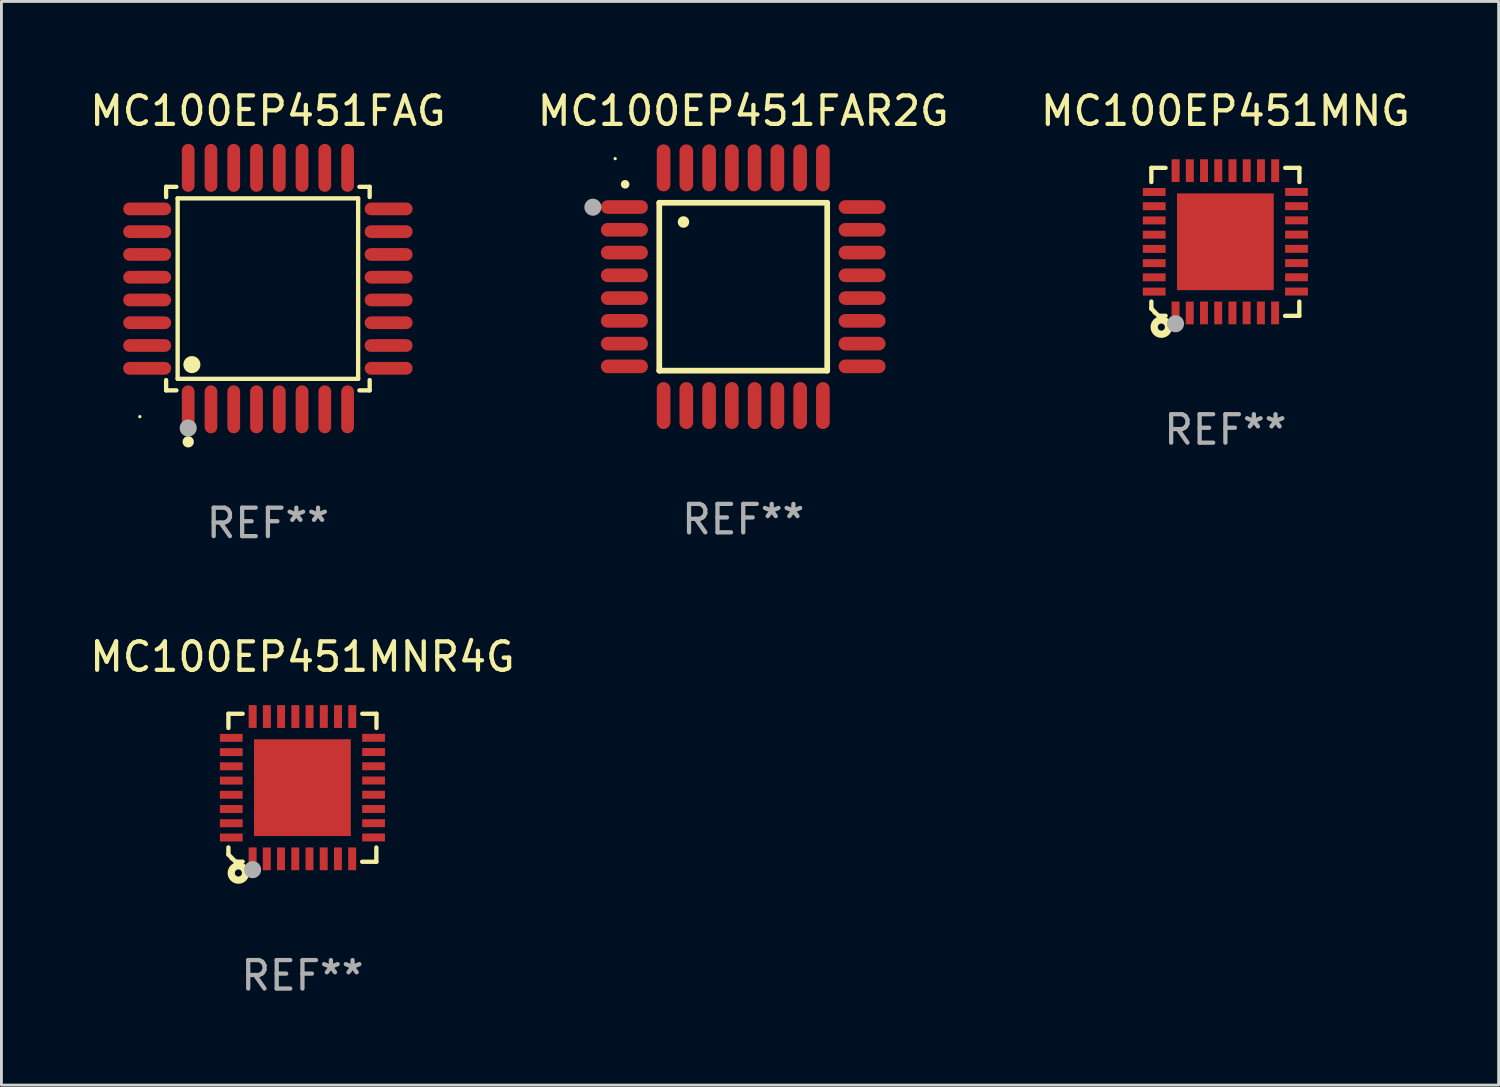
<source format=kicad_pcb>
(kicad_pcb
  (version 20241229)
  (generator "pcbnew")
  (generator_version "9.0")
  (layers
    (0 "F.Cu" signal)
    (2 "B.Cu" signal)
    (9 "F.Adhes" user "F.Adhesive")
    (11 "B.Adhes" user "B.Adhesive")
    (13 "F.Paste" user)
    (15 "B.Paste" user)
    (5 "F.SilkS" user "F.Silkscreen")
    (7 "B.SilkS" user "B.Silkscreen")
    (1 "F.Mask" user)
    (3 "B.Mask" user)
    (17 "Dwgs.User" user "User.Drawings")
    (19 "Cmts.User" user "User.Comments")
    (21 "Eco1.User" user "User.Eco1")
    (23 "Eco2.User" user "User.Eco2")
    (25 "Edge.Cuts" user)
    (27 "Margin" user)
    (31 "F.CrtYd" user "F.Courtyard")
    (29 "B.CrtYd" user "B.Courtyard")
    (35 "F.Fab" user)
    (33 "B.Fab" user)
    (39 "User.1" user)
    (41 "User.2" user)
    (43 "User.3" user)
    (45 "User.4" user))
  (footprint "MC100EP451MNR4G"
    (layer "F.Cu")
    (at 7.577 24.629)
    (property "Reference" "MC100EP451MNR4G" (at 0 -4.6 0) (layer "F.SilkS") (effects (font (size 1 1) (thickness 0.15))))
    (attr through_hole)
    (fp_line (start -2.601 2.097) (end -2.601 2.347) (stroke (width 0.152) (type solid)) (layer "F.SilkS"))
    (fp_line (start -2.601 2.347) (end -2.351 2.597) (stroke (width 0.152) (type solid)) (layer "F.SilkS"))
    (fp_line (start -2.601 -2.6) (end -2.601 -2.1) (stroke (width 0.152) (type solid)) (layer "F.SilkS"))
    (fp_line (start -2.601 -2.6) (end -2.101 -2.6) (stroke (width 0.152) (type solid)) (layer "F.SilkS"))
    (fp_line (start -2.351 2.597) (end -2.101 2.597) (stroke (width 0.152) (type solid)) (layer "F.SilkS"))
    (fp_line (start 2.597 2.6) (end 2.097 2.6) (stroke (width 0.152) (type solid)) (layer "F.SilkS"))
    (fp_line (start 2.597 2.6) (end 2.597 2.1) (stroke (width 0.152) (type solid)) (layer "F.SilkS"))
    (fp_line (start 2.601 -2.6) (end 2.101 -2.6) (stroke (width 0.152) (type solid)) (layer "F.SilkS"))
    (fp_line (start 2.601 -2.6) (end 2.601 -2.1) (stroke (width 0.152) (type solid)) (layer "F.SilkS"))
    (fp_circle (center -2.501 2.497) (end -2.471 2.497) (stroke (width 0.06) (type solid)) (fill no) (layer "F.SilkS"))
    (fp_circle (center -2.25 2.995) (end -2.125 2.995) (stroke (width 0.254) (type solid)) (fill no) (layer "F.SilkS"))
    (fp_circle (center -1.751 2.878) (end -1.601 2.878) (stroke (width 0.3) (type solid)) (fill no) (layer "F.Fab"))
    (fp_text user "REF**" (at 0 6.6 0) (layer "F.Fab") (effects (font (size 1 1) (thickness 0.15))))
    (pad "1" smd rect (at -1.751 2.497) (size 0.28 0.8) (layers "F.Cu" "F.Mask" "F.Paste"))
    (pad "2" smd rect (at -1.253 2.497) (size 0.28 0.8) (layers "F.Cu" "F.Mask" "F.Paste"))
    (pad "3" smd rect (at -0.753 2.497) (size 0.28 0.8) (layers "F.Cu" "F.Mask" "F.Paste"))
    (pad "4" smd rect (at -0.253 2.497) (size 0.28 0.8) (layers "F.Cu" "F.Mask" "F.Paste"))
    (pad "5" smd rect (at 0.247 2.497) (size 0.28 0.8) (layers "F.Cu" "F.Mask" "F.Paste"))
    (pad "6" smd rect (at 0.747 2.497) (size 0.28 0.8) (layers "F.Cu" "F.Mask" "F.Paste"))
    (pad "7" smd rect (at 1.247 2.497) (size 0.28 0.8) (layers "F.Cu" "F.Mask" "F.Paste"))
    (pad "8" smd rect (at 1.747 2.497) (size 0.28 0.8) (layers "F.Cu" "F.Mask" "F.Paste"))
    (pad "9" smd rect (at 2.499 1.746) (size 0.8 0.28) (layers "F.Cu" "F.Mask" "F.Paste"))
    (pad "10" smd rect (at 2.499 1.245) (size 0.8 0.28) (layers "F.Cu" "F.Mask" "F.Paste"))
    (pad "11" smd rect (at 2.499 0.746) (size 0.8 0.28) (layers "F.Cu" "F.Mask" "F.Paste"))
    (pad "12" smd rect (at 2.499 0.245) (size 0.8 0.28) (layers "F.Cu" "F.Mask" "F.Paste"))
    (pad "13" smd rect (at 2.499 -0.254) (size 0.8 0.28) (layers "F.Cu" "F.Mask" "F.Paste"))
    (pad "14" smd rect (at 2.499 -0.755) (size 0.8 0.28) (layers "F.Cu" "F.Mask" "F.Paste"))
    (pad "15" smd rect (at 2.499 -1.254) (size 0.8 0.28) (layers "F.Cu" "F.Mask" "F.Paste"))
    (pad "16" smd rect (at 2.499 -1.755) (size 0.8 0.28) (layers "F.Cu" "F.Mask" "F.Paste"))
    (pad "17" smd rect (at 1.75 -2.502) (size 0.28 0.8) (layers "F.Cu" "F.Mask" "F.Paste"))
    (pad "18" smd rect (at 1.25 -2.502) (size 0.28 0.8) (layers "F.Cu" "F.Mask" "F.Paste"))
    (pad "19" smd rect (at 0.75 -2.502) (size 0.28 0.8) (layers "F.Cu" "F.Mask" "F.Paste"))
    (pad "20" smd rect (at 0.25 -2.502) (size 0.28 0.8) (layers "F.Cu" "F.Mask" "F.Paste"))
    (pad "21" smd rect (at -0.25 -2.502) (size 0.28 0.8) (layers "F.Cu" "F.Mask" "F.Paste"))
    (pad "22" smd rect (at -0.75 -2.502) (size 0.28 0.8) (layers "F.Cu" "F.Mask" "F.Paste"))
    (pad "23" smd rect (at -1.25 -2.502) (size 0.28 0.8) (layers "F.Cu" "F.Mask" "F.Paste"))
    (pad "24" smd rect (at -1.75 -2.502) (size 0.28 0.8) (layers "F.Cu" "F.Mask" "F.Paste"))
    (pad "25" smd rect (at -2.501 -1.753) (size 0.8 0.28) (layers "F.Cu" "F.Mask" "F.Paste"))
    (pad "26" smd rect (at -2.501 -1.252) (size 0.8 0.28) (layers "F.Cu" "F.Mask" "F.Paste"))
    (pad "27" smd rect (at -2.501 -0.753) (size 0.8 0.28) (layers "F.Cu" "F.Mask" "F.Paste"))
    (pad "28" smd rect (at -2.501 -0.252) (size 0.8 0.28) (layers "F.Cu" "F.Mask" "F.Paste"))
    (pad "29" smd rect (at -2.501 0.247) (size 0.8 0.28) (layers "F.Cu" "F.Mask" "F.Paste"))
    (pad "30" smd rect (at -2.501 0.748) (size 0.8 0.28) (layers "F.Cu" "F.Mask" "F.Paste"))
    (pad "31" smd rect (at -2.501 1.247) (size 0.8 0.28) (layers "F.Cu" "F.Mask" "F.Paste"))
    (pad "32" smd rect (at -2.501 1.748) (size 0.8 0.28) (layers "F.Cu" "F.Mask" "F.Paste"))
    (pad "33" smd rect (at -0.001 -0.003 180) (size 3.4 3.4) (layers "F.Cu" "F.Mask" "F.Paste")))
  (footprint "MC100EP451FAG"
    (layer "F.Cu")
    (at 6.363 7.09)
    (property "Reference" "MC100EP451FAG" (at 0 -6.242 0) (layer "F.SilkS") (effects (font (size 1 1) (thickness 0.15))))
    (attr through_hole)
    (fp_line (start -3.576 -3.576) (end -3.215 -3.576) (stroke (width 0.152) (type solid)) (layer "F.SilkS"))
    (fp_line (start -3.576 -3.215) (end -3.576 -3.576) (stroke (width 0.152) (type solid)) (layer "F.SilkS"))
    (fp_line (start -3.576 3.215) (end -3.576 3.576) (stroke (width 0.152) (type solid)) (layer "F.SilkS"))
    (fp_line (start -3.576 3.576) (end -3.215 3.576) (stroke (width 0.152) (type solid)) (layer "F.SilkS"))
    (fp_line (start -3.171 -3.171) (end 3.171 -3.171) (stroke (width 0.152) (type solid)) (layer "F.SilkS"))
    (fp_line (start -3.171 3.171) (end -3.171 -3.171) (stroke (width 0.152) (type solid)) (layer "F.SilkS"))
    (fp_line (start 3.171 -3.171) (end 3.171 3.171) (stroke (width 0.152) (type solid)) (layer "F.SilkS"))
    (fp_line (start 3.171 3.171) (end -3.171 3.171) (stroke (width 0.152) (type solid)) (layer "F.SilkS"))
    (fp_line (start 3.576 -3.576) (end 3.215 -3.576) (stroke (width 0.152) (type solid)) (layer "F.SilkS"))
    (fp_line (start 3.576 -3.215) (end 3.576 -3.576) (stroke (width 0.152) (type solid)) (layer "F.SilkS"))
    (fp_line (start 3.576 3.215) (end 3.576 3.576) (stroke (width 0.152) (type solid)) (layer "F.SilkS"))
    (fp_line (start 3.576 3.576) (end 3.215 3.576) (stroke (width 0.152) (type solid)) (layer "F.SilkS"))
    (fp_circle (center -4.5 4.5) (end -4.47 4.5) (stroke (width 0.06) (type solid)) (fill no) (layer "F.SilkS"))
    (fp_circle (center -2.8 5.384) (end -2.7 5.384) (stroke (width 0.2) (type solid)) (fill no) (layer "F.SilkS"))
    (fp_circle (center -2.671 2.671) (end -2.521 2.671) (stroke (width 0.3) (type solid)) (fill no) (layer "F.SilkS"))
    (fp_circle (center -2.8 4.9) (end -2.65 4.9) (stroke (width 0.3) (type solid)) (fill no) (layer "F.Fab"))
    (fp_text user "REF**" (at 0 8.242 0) (layer "F.Fab") (effects (font (size 1 1) (thickness 0.15))))
    (pad "1" smd oval (at -2.8 4.242) (size 0.448 1.684) (layers "F.Cu" "F.Mask" "F.Paste"))
    (pad "2" smd oval (at -2 4.242) (size 0.448 1.684) (layers "F.Cu" "F.Mask" "F.Paste"))
    (pad "3" smd oval (at -1.2 4.242) (size 0.448 1.684) (layers "F.Cu" "F.Mask" "F.Paste"))
    (pad "4" smd oval (at -0.4 4.242) (size 0.448 1.684) (layers "F.Cu" "F.Mask" "F.Paste"))
    (pad "5" smd oval (at 0.4 4.242) (size 0.448 1.684) (layers "F.Cu" "F.Mask" "F.Paste"))
    (pad "6" smd oval (at 1.2 4.242) (size 0.448 1.684) (layers "F.Cu" "F.Mask" "F.Paste"))
    (pad "7" smd oval (at 2 4.242) (size 0.448 1.684) (layers "F.Cu" "F.Mask" "F.Paste"))
    (pad "8" smd oval (at 2.8 4.242) (size 0.448 1.684) (layers "F.Cu" "F.Mask" "F.Paste"))
    (pad "9" smd oval (at 4.242 2.8) (size 1.684 0.448) (layers "F.Cu" "F.Mask" "F.Paste"))
    (pad "10" smd oval (at 4.242 2) (size 1.684 0.448) (layers "F.Cu" "F.Mask" "F.Paste"))
    (pad "11" smd oval (at 4.242 1.2) (size 1.684 0.448) (layers "F.Cu" "F.Mask" "F.Paste"))
    (pad "12" smd oval (at 4.242 0.4) (size 1.684 0.448) (layers "F.Cu" "F.Mask" "F.Paste"))
    (pad "13" smd oval (at 4.242 -0.4) (size 1.684 0.448) (layers "F.Cu" "F.Mask" "F.Paste"))
    (pad "14" smd oval (at 4.242 -1.2) (size 1.684 0.448) (layers "F.Cu" "F.Mask" "F.Paste"))
    (pad "15" smd oval (at 4.242 -2) (size 1.684 0.448) (layers "F.Cu" "F.Mask" "F.Paste"))
    (pad "16" smd oval (at 4.242 -2.8) (size 1.684 0.448) (layers "F.Cu" "F.Mask" "F.Paste"))
    (pad "17" smd oval (at 2.8 -4.242) (size 0.448 1.684) (layers "F.Cu" "F.Mask" "F.Paste"))
    (pad "18" smd oval (at 2 -4.242) (size 0.448 1.684) (layers "F.Cu" "F.Mask" "F.Paste"))
    (pad "19" smd oval (at 1.2 -4.242) (size 0.448 1.684) (layers "F.Cu" "F.Mask" "F.Paste"))
    (pad "20" smd oval (at 0.4 -4.242) (size 0.448 1.684) (layers "F.Cu" "F.Mask" "F.Paste"))
    (pad "21" smd oval (at -0.4 -4.242) (size 0.448 1.684) (layers "F.Cu" "F.Mask" "F.Paste"))
    (pad "22" smd oval (at -1.2 -4.242) (size 0.448 1.684) (layers "F.Cu" "F.Mask" "F.Paste"))
    (pad "23" smd oval (at -2 -4.242) (size 0.448 1.684) (layers "F.Cu" "F.Mask" "F.Paste"))
    (pad "24" smd oval (at -2.8 -4.242) (size 0.448 1.684) (layers "F.Cu" "F.Mask" "F.Paste"))
    (pad "25" smd oval (at -4.242 -2.8) (size 1.684 0.448) (layers "F.Cu" "F.Mask" "F.Paste"))
    (pad "26" smd oval (at -4.242 -2) (size 1.684 0.448) (layers "F.Cu" "F.Mask" "F.Paste"))
    (pad "27" smd oval (at -4.242 -1.2) (size 1.684 0.448) (layers "F.Cu" "F.Mask" "F.Paste"))
    (pad "28" smd oval (at -4.242 -0.4) (size 1.684 0.448) (layers "F.Cu" "F.Mask" "F.Paste"))
    (pad "29" smd oval (at -4.242 0.4) (size 1.684 0.448) (layers "F.Cu" "F.Mask" "F.Paste"))
    (pad "30" smd oval (at -4.242 1.2) (size 1.684 0.448) (layers "F.Cu" "F.Mask" "F.Paste"))
    (pad "31" smd oval (at -4.242 2) (size 1.684 0.448) (layers "F.Cu" "F.Mask" "F.Paste"))
    (pad "32" smd oval (at -4.242 2.8) (size 1.684 0.448) (layers "F.Cu" "F.Mask" "F.Paste")))
  (footprint "MC100EP451FAR2G"
    (layer "F.Cu")
    (at 23.065 7.024)
    (property "Reference" "MC100EP451FAR2G" (at 0 -6.176 0) (layer "F.SilkS") (effects (font (size 1 1) (thickness 0.15))))
    (attr through_hole)
    (fp_line (start -2.95 -2.95) (end -2.95 2.95) (stroke (width 0.2) (type solid)) (layer "F.SilkS"))
    (fp_line (start -2.95 2.95) (end 2.95 2.95) (stroke (width 0.2) (type solid)) (layer "F.SilkS"))
    (fp_line (start 2.95 -2.95) (end -2.95 -2.95) (stroke (width 0.2) (type solid)) (layer "F.SilkS"))
    (fp_line (start 2.95 2.95) (end 2.95 -2.95) (stroke (width 0.2) (type solid)) (layer "F.SilkS"))
    (fp_arc (start -4.150178 -3.596622) (mid -4.150183 -3.597892) (end -4.150178 -3.599162) (stroke (width 0.3) (type solid)) (layer "F.SilkS"))
    (fp_arc (start -2.100394 -2.270739) (mid -2.10041 -2.273279) (end -2.100394 -2.275819) (stroke (width 0.4) (type solid)) (layer "F.SilkS"))
    (fp_circle (center -4.5 -4.5) (end -4.47 -4.5) (stroke (width 0.06) (type solid)) (fill no) (layer "F.SilkS"))
    (fp_circle (center -5.283 -2.794) (end -5.133 -2.794) (stroke (width 0.3) (type solid)) (fill no) (layer "F.Fab"))
    (fp_text user "REF**" (at 0 8.176 0) (layer "F.Fab") (effects (font (size 1 1) (thickness 0.15))))
    (pad "1" smd oval (at -4.176 -2.799 90) (size 0.48 1.65) (layers "F.Cu" "F.Mask" "F.Paste"))
    (pad "2" smd oval (at -4.176 -2 90) (size 0.48 1.65) (layers "F.Cu" "F.Mask" "F.Paste"))
    (pad "3" smd oval (at -4.176 -1.2 90) (size 0.48 1.65) (layers "F.Cu" "F.Mask" "F.Paste"))
    (pad "4" smd oval (at -4.176 -0.4 90) (size 0.48 1.65) (layers "F.Cu" "F.Mask" "F.Paste"))
    (pad "5" smd oval (at -4.176 0.4 90) (size 0.48 1.65) (layers "F.Cu" "F.Mask" "F.Paste"))
    (pad "6" smd oval (at -4.176 1.2 90) (size 0.48 1.65) (layers "F.Cu" "F.Mask" "F.Paste"))
    (pad "7" smd oval (at -4.176 2 90) (size 0.48 1.65) (layers "F.Cu" "F.Mask" "F.Paste"))
    (pad "8" smd oval (at -4.176 2.799 90) (size 0.48 1.65) (layers "F.Cu" "F.Mask" "F.Paste"))
    (pad "9" smd oval (at -2.799 4.176) (size 0.48 1.65) (layers "F.Cu" "F.Mask" "F.Paste"))
    (pad "10" smd oval (at -2 4.176) (size 0.48 1.65) (layers "F.Cu" "F.Mask" "F.Paste"))
    (pad "11" smd oval (at -1.2 4.176) (size 0.48 1.65) (layers "F.Cu" "F.Mask" "F.Paste"))
    (pad "12" smd oval (at -0.4 4.176) (size 0.48 1.65) (layers "F.Cu" "F.Mask" "F.Paste"))
    (pad "13" smd oval (at 0.4 4.176) (size 0.48 1.65) (layers "F.Cu" "F.Mask" "F.Paste"))
    (pad "14" smd oval (at 1.2 4.176) (size 0.48 1.65) (layers "F.Cu" "F.Mask" "F.Paste"))
    (pad "15" smd oval (at 2 4.176) (size 0.48 1.65) (layers "F.Cu" "F.Mask" "F.Paste"))
    (pad "16" smd oval (at 2.799 4.176) (size 0.48 1.65) (layers "F.Cu" "F.Mask" "F.Paste"))
    (pad "17" smd oval (at 4.176 2.799 90) (size 0.48 1.65) (layers "F.Cu" "F.Mask" "F.Paste"))
    (pad "18" smd oval (at 4.176 2 90) (size 0.48 1.65) (layers "F.Cu" "F.Mask" "F.Paste"))
    (pad "19" smd oval (at 4.176 1.2 90) (size 0.48 1.65) (layers "F.Cu" "F.Mask" "F.Paste"))
    (pad "20" smd oval (at 4.176 0.4 90) (size 0.48 1.65) (layers "F.Cu" "F.Mask" "F.Paste"))
    (pad "21" smd oval (at 4.176 -0.4 90) (size 0.48 1.65) (layers "F.Cu" "F.Mask" "F.Paste"))
    (pad "22" smd oval (at 4.176 -1.2 90) (size 0.48 1.65) (layers "F.Cu" "F.Mask" "F.Paste"))
    (pad "23" smd oval (at 4.176 -2 90) (size 0.48 1.65) (layers "F.Cu" "F.Mask" "F.Paste"))
    (pad "24" smd oval (at 4.176 -2.799 90) (size 0.48 1.65) (layers "F.Cu" "F.Mask" "F.Paste"))
    (pad "25" smd oval (at 2.799 -4.176) (size 0.48 1.65) (layers "F.Cu" "F.Mask" "F.Paste"))
    (pad "26" smd oval (at 1.999 -4.176) (size 0.48 1.65) (layers "F.Cu" "F.Mask" "F.Paste"))
    (pad "27" smd oval (at 1.199 -4.176) (size 0.48 1.65) (layers "F.Cu" "F.Mask" "F.Paste"))
    (pad "28" smd oval (at 0.399 -4.176) (size 0.48 1.65) (layers "F.Cu" "F.Mask" "F.Paste"))
    (pad "29" smd oval (at -0.399 -4.176) (size 0.48 1.65) (layers "F.Cu" "F.Mask" "F.Paste"))
    (pad "30" smd oval (at -1.199 -4.176) (size 0.48 1.65) (layers "F.Cu" "F.Mask" "F.Paste"))
    (pad "31" smd oval (at -1.999 -4.176) (size 0.48 1.65) (layers "F.Cu" "F.Mask" "F.Paste"))
    (pad "32" smd oval (at -2.799 -4.176) (size 0.48 1.65) (layers "F.Cu" "F.Mask" "F.Paste")))
  (footprint "MC100EP451MNG"
    (layer "F.Cu")
    (at 40.006 5.448)
    (property "Reference" "MC100EP451MNG" (at 0 -4.6 0) (layer "F.SilkS") (effects (font (size 1 1) (thickness 0.15))))
    (attr through_hole)
    (fp_line (start -2.601 2.097) (end -2.601 2.347) (stroke (width 0.152) (type solid)) (layer "F.SilkS"))
    (fp_line (start -2.601 2.347) (end -2.351 2.597) (stroke (width 0.152) (type solid)) (layer "F.SilkS"))
    (fp_line (start -2.601 -2.6) (end -2.601 -2.1) (stroke (width 0.152) (type solid)) (layer "F.SilkS"))
    (fp_line (start -2.601 -2.6) (end -2.101 -2.6) (stroke (width 0.152) (type solid)) (layer "F.SilkS"))
    (fp_line (start -2.351 2.597) (end -2.101 2.597) (stroke (width 0.152) (type solid)) (layer "F.SilkS"))
    (fp_line (start 2.597 2.6) (end 2.097 2.6) (stroke (width 0.152) (type solid)) (layer "F.SilkS"))
    (fp_line (start 2.597 2.6) (end 2.597 2.1) (stroke (width 0.152) (type solid)) (layer "F.SilkS"))
    (fp_line (start 2.601 -2.6) (end 2.101 -2.6) (stroke (width 0.152) (type solid)) (layer "F.SilkS"))
    (fp_line (start 2.601 -2.6) (end 2.601 -2.1) (stroke (width 0.152) (type solid)) (layer "F.SilkS"))
    (fp_circle (center -2.501 2.497) (end -2.471 2.497) (stroke (width 0.06) (type solid)) (fill no) (layer "F.SilkS"))
    (fp_circle (center -2.25 2.995) (end -2.125 2.995) (stroke (width 0.254) (type solid)) (fill no) (layer "F.SilkS"))
    (fp_circle (center -1.751 2.878) (end -1.601 2.878) (stroke (width 0.3) (type solid)) (fill no) (layer "F.Fab"))
    (fp_text user "REF**" (at 0 6.6 0) (layer "F.Fab") (effects (font (size 1 1) (thickness 0.15))))
    (pad "1" smd rect (at -1.751 2.497) (size 0.28 0.8) (layers "F.Cu" "F.Mask" "F.Paste"))
    (pad "2" smd rect (at -1.253 2.497) (size 0.28 0.8) (layers "F.Cu" "F.Mask" "F.Paste"))
    (pad "3" smd rect (at -0.753 2.497) (size 0.28 0.8) (layers "F.Cu" "F.Mask" "F.Paste"))
    (pad "4" smd rect (at -0.253 2.497) (size 0.28 0.8) (layers "F.Cu" "F.Mask" "F.Paste"))
    (pad "5" smd rect (at 0.247 2.497) (size 0.28 0.8) (layers "F.Cu" "F.Mask" "F.Paste"))
    (pad "6" smd rect (at 0.747 2.497) (size 0.28 0.8) (layers "F.Cu" "F.Mask" "F.Paste"))
    (pad "7" smd rect (at 1.247 2.497) (size 0.28 0.8) (layers "F.Cu" "F.Mask" "F.Paste"))
    (pad "8" smd rect (at 1.747 2.497) (size 0.28 0.8) (layers "F.Cu" "F.Mask" "F.Paste"))
    (pad "9" smd rect (at 2.499 1.746) (size 0.8 0.28) (layers "F.Cu" "F.Mask" "F.Paste"))
    (pad "10" smd rect (at 2.499 1.245) (size 0.8 0.28) (layers "F.Cu" "F.Mask" "F.Paste"))
    (pad "11" smd rect (at 2.499 0.746) (size 0.8 0.28) (layers "F.Cu" "F.Mask" "F.Paste"))
    (pad "12" smd rect (at 2.499 0.245) (size 0.8 0.28) (layers "F.Cu" "F.Mask" "F.Paste"))
    (pad "13" smd rect (at 2.499 -0.254) (size 0.8 0.28) (layers "F.Cu" "F.Mask" "F.Paste"))
    (pad "14" smd rect (at 2.499 -0.755) (size 0.8 0.28) (layers "F.Cu" "F.Mask" "F.Paste"))
    (pad "15" smd rect (at 2.499 -1.254) (size 0.8 0.28) (layers "F.Cu" "F.Mask" "F.Paste"))
    (pad "16" smd rect (at 2.499 -1.755) (size 0.8 0.28) (layers "F.Cu" "F.Mask" "F.Paste"))
    (pad "17" smd rect (at 1.75 -2.502) (size 0.28 0.8) (layers "F.Cu" "F.Mask" "F.Paste"))
    (pad "18" smd rect (at 1.25 -2.502) (size 0.28 0.8) (layers "F.Cu" "F.Mask" "F.Paste"))
    (pad "19" smd rect (at 0.75 -2.502) (size 0.28 0.8) (layers "F.Cu" "F.Mask" "F.Paste"))
    (pad "20" smd rect (at 0.25 -2.502) (size 0.28 0.8) (layers "F.Cu" "F.Mask" "F.Paste"))
    (pad "21" smd rect (at -0.25 -2.502) (size 0.28 0.8) (layers "F.Cu" "F.Mask" "F.Paste"))
    (pad "22" smd rect (at -0.75 -2.502) (size 0.28 0.8) (layers "F.Cu" "F.Mask" "F.Paste"))
    (pad "23" smd rect (at -1.25 -2.502) (size 0.28 0.8) (layers "F.Cu" "F.Mask" "F.Paste"))
    (pad "24" smd rect (at -1.75 -2.502) (size 0.28 0.8) (layers "F.Cu" "F.Mask" "F.Paste"))
    (pad "25" smd rect (at -2.501 -1.753) (size 0.8 0.28) (layers "F.Cu" "F.Mask" "F.Paste"))
    (pad "26" smd rect (at -2.501 -1.252) (size 0.8 0.28) (layers "F.Cu" "F.Mask" "F.Paste"))
    (pad "27" smd rect (at -2.501 -0.753) (size 0.8 0.28) (layers "F.Cu" "F.Mask" "F.Paste"))
    (pad "28" smd rect (at -2.501 -0.252) (size 0.8 0.28) (layers "F.Cu" "F.Mask" "F.Paste"))
    (pad "29" smd rect (at -2.501 0.247) (size 0.8 0.28) (layers "F.Cu" "F.Mask" "F.Paste"))
    (pad "30" smd rect (at -2.501 0.748) (size 0.8 0.28) (layers "F.Cu" "F.Mask" "F.Paste"))
    (pad "31" smd rect (at -2.501 1.247) (size 0.8 0.28) (layers "F.Cu" "F.Mask" "F.Paste"))
    (pad "32" smd rect (at -2.501 1.748) (size 0.8 0.28) (layers "F.Cu" "F.Mask" "F.Paste"))
    (pad "33" smd rect (at -0.001 -0.003 180) (size 3.4 3.4) (layers "F.Cu" "F.Mask" "F.Paste")))
  (gr_rect
    (start -3 -3)
    (end 49.607 35.077)
    (stroke (width 0.1) (type default))
    (fill no)
    (layer "Edge.Cuts")))
</source>
